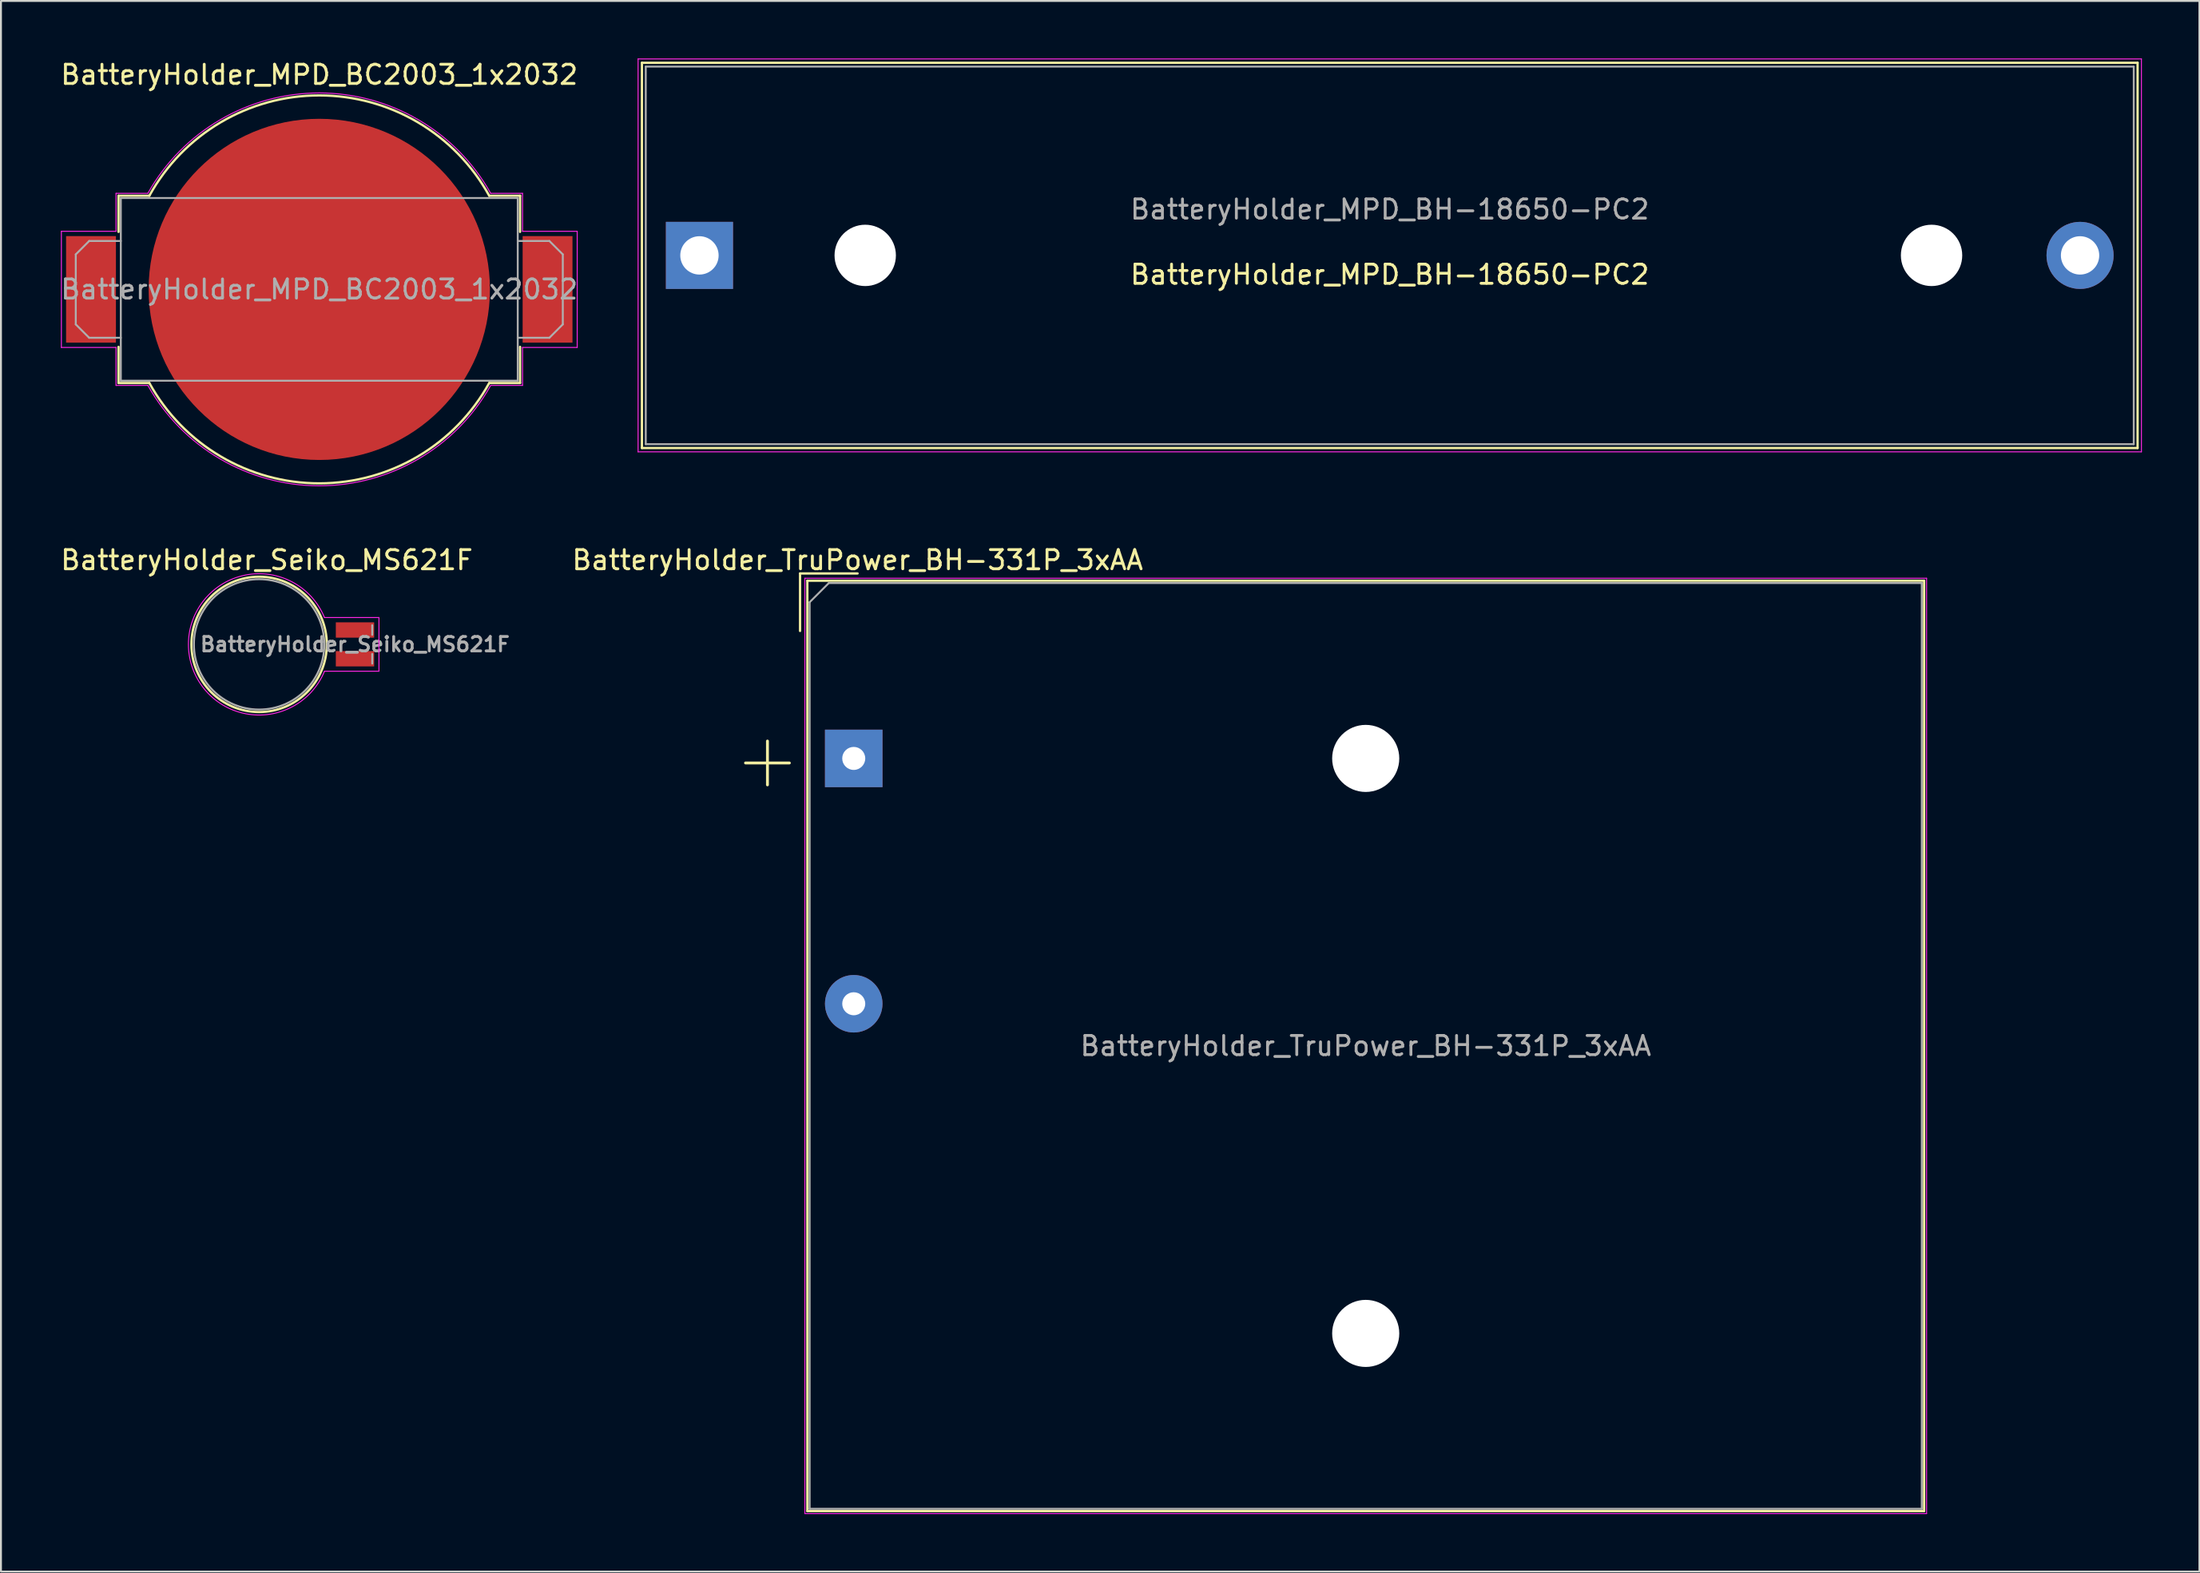
<source format=kicad_pcb>
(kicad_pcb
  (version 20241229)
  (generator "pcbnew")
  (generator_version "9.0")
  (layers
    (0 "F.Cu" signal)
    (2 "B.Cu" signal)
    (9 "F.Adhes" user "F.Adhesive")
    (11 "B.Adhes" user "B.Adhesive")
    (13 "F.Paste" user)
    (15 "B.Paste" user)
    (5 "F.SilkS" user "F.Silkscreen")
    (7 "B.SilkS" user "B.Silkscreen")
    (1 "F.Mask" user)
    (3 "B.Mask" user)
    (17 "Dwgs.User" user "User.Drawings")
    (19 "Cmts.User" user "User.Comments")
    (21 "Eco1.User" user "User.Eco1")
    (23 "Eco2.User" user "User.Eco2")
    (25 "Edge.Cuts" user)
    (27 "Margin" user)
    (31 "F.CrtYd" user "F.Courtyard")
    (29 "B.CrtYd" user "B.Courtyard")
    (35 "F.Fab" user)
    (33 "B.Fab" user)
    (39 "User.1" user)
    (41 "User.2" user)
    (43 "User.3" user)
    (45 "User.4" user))
  (footprint "BatteryHolder_Seiko_MS621F"
    (layer "F.Cu")
    (at 15.463 30.57)
    (property "Reference" "BatteryHolder_Seiko_MS621F" (at -4.6 -4.4 0) (layer "F.SilkS") (effects (font (size 1 1) (thickness 0.15))))
    (attr smd)
    (fp_circle (center -5 0) (end -1.47 0) (stroke (width 0.12) (type solid)) (fill no) (layer "F.SilkS"))
    (fp_line (start -1.59 -1.4) (end 1.25 -1.4) (stroke (width 0.05) (type solid)) (layer "F.CrtYd"))
    (fp_line (start 1.25 -1.4) (end 1.25 1.4) (stroke (width 0.05) (type solid)) (layer "F.CrtYd"))
    (fp_line (start 1.25 1.4) (end -1.59 1.4) (stroke (width 0.05) (type solid)) (layer "F.CrtYd"))
    (fp_arc (start -1.59 1.4) (mid -8.686204 0.001869) (end -1.591421 -1.403457) (stroke (width 0.05) (type solid)) (layer "F.CrtYd"))
    (fp_line (start 0.9 -1) (end 0.9 -0.5) (stroke (width 0.1) (type solid)) (layer "F.Fab"))
    (fp_line (start 0.9 0.5) (end 0.9 1) (stroke (width 0.1) (type solid)) (layer "F.Fab"))
    (fp_circle (center -5 0) (end -1.6 0) (stroke (width 0.1) (type solid)) (fill no) (layer "F.Fab"))
    (fp_text user "${REFERENCE}" (at 0 0 0) (layer "F.Fab") (effects (font (size 0.75 0.75) (thickness 0.15))))
    (pad "1" smd rect (at 0 -0.75) (size 2 0.8) (layers "F.Cu" "F.Mask" "F.Paste"))
    (pad "2" smd rect (at 0 0.75) (size 2 0.8) (layers "F.Cu" "F.Mask" "F.Paste")))
  (footprint "BatteryHolder_MPD_BH-18650-PC2"
    (layer "F.Cu")
    (at 33.427 10.275)
    (property "Reference" "BatteryHolder_MPD_BH-18650-PC2" (at 36 1 0) (layer "F.SilkS") (effects (font (size 1 1) (thickness 0.15))))
    (attr through_hole)
    (fp_line (start -3 -10.05) (end 75 -10.05) (stroke (width 0.12) (type solid)) (layer "F.SilkS"))
    (fp_line (start -3 10.05) (end -3 -10.05) (stroke (width 0.12) (type solid)) (layer "F.SilkS"))
    (fp_line (start 75 -10.05) (end 75 10.05) (stroke (width 0.12) (type solid)) (layer "F.SilkS"))
    (fp_line (start 75 10.05) (end -3 10.05) (stroke (width 0.12) (type solid)) (layer "F.SilkS"))
    (fp_line (start -3.2 -10.25) (end 75.2 -10.25) (stroke (width 0.05) (type solid)) (layer "F.CrtYd"))
    (fp_line (start -3.2 10.25) (end -3.2 -10.25) (stroke (width 0.05) (type solid)) (layer "F.CrtYd"))
    (fp_line (start 75.2 -10.25) (end 75.2 10.25) (stroke (width 0.05) (type solid)) (layer "F.CrtYd"))
    (fp_line (start 75.2 10.25) (end -3.2 10.25) (stroke (width 0.05) (type solid)) (layer "F.CrtYd"))
    (fp_line (start -2.8 -9.85) (end 74.8 -9.85) (stroke (width 0.1) (type solid)) (layer "F.Fab"))
    (fp_line (start -2.8 9.85) (end -2.8 -9.85) (stroke (width 0.1) (type solid)) (layer "F.Fab"))
    (fp_line (start 74.8 -9.85) (end 74.8 9.85) (stroke (width 0.1) (type solid)) (layer "F.Fab"))
    (fp_line (start 74.8 9.85) (end -2.8 9.85) (stroke (width 0.1) (type solid)) (layer "F.Fab"))
    (fp_text user "${REFERENCE}" (at 36 -2.4 0) (layer "F.Fab") (effects (font (size 1 1) (thickness 0.15))))
    (pad "" np_thru_hole circle (at 8.645 0) (size 3.2 3.2) (drill 3.2) (layers "*.Cu" "*.Mask"))
    (pad "" np_thru_hole circle (at 64.255 0) (size 3.2 3.2) (drill 3.2) (layers "*.Cu" "*.Mask"))
    (pad "1" thru_hole rect (at 0 0) (size 3.5 3.5) (drill 2) (layers "*.Cu" "*.Mask"))
    (pad "2" thru_hole circle (at 72 0) (size 3.5 3.5) (drill 2) (layers "*.Cu" "*.Mask")))
  (footprint "BatteryHolder_TruPower_BH-331P_3xAA"
    (layer "F.Cu")
    (at 41.473 36.52)
    (property "Reference" "BatteryHolder_TruPower_BH-331P_3xAA" (at 0.2 -10.35 0) (layer "F.SilkS") (effects (font (size 1 1) (thickness 0.15))))
    (attr through_hole)
    (fp_line (start -2.8 -9.65) (end 0.2 -9.65) (stroke (width 0.12) (type solid)) (layer "F.SilkS"))
    (fp_line (start -2.8 -6.65) (end -2.8 -9.65) (stroke (width 0.12) (type solid)) (layer "F.SilkS"))
    (fp_line (start -2.42 -9.27) (end -2.42 39.27) (stroke (width 0.12) (type solid)) (layer "F.SilkS"))
    (fp_line (start -2.42 -9.27) (end 55.82 -9.27) (stroke (width 0.12) (type solid)) (layer "F.SilkS"))
    (fp_line (start -2.42 39.27) (end 55.82 39.27) (stroke (width 0.12) (type solid)) (layer "F.SilkS"))
    (fp_line (start 55.82 -9.27) (end 55.82 39.27) (stroke (width 0.12) (type solid)) (layer "F.SilkS"))
    (fp_line (start -2.55 -9.4) (end -2.55 39.4) (stroke (width 0.05) (type solid)) (layer "F.CrtYd"))
    (fp_line (start -2.55 -9.4) (end 55.95 -9.4) (stroke (width 0.05) (type solid)) (layer "F.CrtYd"))
    (fp_line (start -2.55 39.4) (end 55.95 39.4) (stroke (width 0.05) (type solid)) (layer "F.CrtYd"))
    (fp_line (start 55.95 -9.4) (end 55.95 39.4) (stroke (width 0.05) (type solid)) (layer "F.CrtYd"))
    (fp_line (start -2.3 -8.15) (end -1.3 -9.15) (stroke (width 0.1) (type solid)) (layer "F.Fab"))
    (fp_line (start -2.3 39.15) (end -2.3 -8.15) (stroke (width 0.1) (type solid)) (layer "F.Fab"))
    (fp_line (start -1.3 -9.15) (end 55.7 -9.15) (stroke (width 0.1) (type solid)) (layer "F.Fab"))
    (fp_line (start 55.7 -9.15) (end 55.7 39.15) (stroke (width 0.1) (type solid)) (layer "F.Fab"))
    (fp_line (start 55.7 39.15) (end -2.3 39.15) (stroke (width 0.1) (type solid)) (layer "F.Fab"))
    (fp_text user "+" (at -4.5 0 0) (layer "F.SilkS") (effects (font (size 3 3) (thickness 0.15))))
    (fp_text user "${REFERENCE}" (at 26.7 15 0) (layer "F.Fab") (effects (font (size 1 1) (thickness 0.15))))
    (pad "" np_thru_hole circle (at 26.7 0) (size 3.5 3.5) (drill 3.5) (layers "*.Cu" "*.Mask"))
    (pad "" np_thru_hole circle (at 26.7 30) (size 3.5 3.5) (drill 3.5) (layers "*.Cu" "*.Mask"))
    (pad "1" thru_hole rect (at 0 0) (size 3 3) (drill 1.2) (layers "*.Cu" "*.Mask"))
    (pad "2" thru_hole circle (at 0 12.8) (size 3 3) (drill 1.2) (layers "*.Cu" "*.Mask")))
  (footprint "BatteryHolder_MPD_BC2003_1x2032"
    (layer "F.Cu")
    (at 13.601 12.048)
    (property "Reference" "BatteryHolder_MPD_BC2003_1x2032" (at 0 -11.2 0) (layer "F.SilkS") (effects (font (size 1 1) (thickness 0.15))))
    (attr smd)
    (fp_line (start -10.47 -4.885) (end -8.863 -4.885) (stroke (width 0.12) (type solid)) (layer "F.SilkS"))
    (fp_line (start -10.47 -3) (end -10.47 -4.885) (stroke (width 0.12) (type solid)) (layer "F.SilkS"))
    (fp_line (start -10.47 3) (end -10.47 4.885) (stroke (width 0.12) (type solid)) (layer "F.SilkS"))
    (fp_line (start -10.47 4.885) (end -8.863 4.885) (stroke (width 0.12) (type solid)) (layer "F.SilkS"))
    (fp_line (start 10.47 -4.885) (end 8.863 -4.885) (stroke (width 0.12) (type solid)) (layer "F.SilkS"))
    (fp_line (start 10.47 -3) (end 10.47 -4.885) (stroke (width 0.12) (type solid)) (layer "F.SilkS"))
    (fp_line (start 10.47 3) (end 10.47 4.885) (stroke (width 0.12) (type solid)) (layer "F.SilkS"))
    (fp_line (start 10.47 4.885) (end 8.863 4.885) (stroke (width 0.12) (type solid)) (layer "F.SilkS"))
    (fp_arc (start -8.86291 -4.885) (mid 0 -10.12) (end 8.86291 -4.885) (stroke (width 0.12) (type solid)) (layer "F.SilkS"))
    (fp_arc (start 8.865021 4.881168) (mid 0.002187 10.12) (end -8.86291 4.885) (stroke (width 0.12) (type solid)) (layer "F.SilkS"))
    (fp_line (start -13.45 -3.03) (end -13.45 3.03) (stroke (width 0.05) (type solid)) (layer "F.CrtYd"))
    (fp_line (start -13.45 3.03) (end -10.6 3.03) (stroke (width 0.05) (type solid)) (layer "F.CrtYd"))
    (fp_line (start -10.6 -5.01) (end -10.6 -3.03) (stroke (width 0.05) (type solid)) (layer "F.CrtYd"))
    (fp_line (start -10.6 -3.03) (end -13.45 -3.03) (stroke (width 0.05) (type solid)) (layer "F.CrtYd"))
    (fp_line (start -10.6 5.01) (end -10.6 3.03) (stroke (width 0.05) (type solid)) (layer "F.CrtYd"))
    (fp_line (start -10.6 5.01) (end -8.94 5.01) (stroke (width 0.05) (type solid)) (layer "F.CrtYd"))
    (fp_line (start -8.94 -5.01) (end -10.6 -5.01) (stroke (width 0.05) (type solid)) (layer "F.CrtYd"))
    (fp_line (start 8.94 -5.01) (end 10.6 -5.01) (stroke (width 0.05) (type solid)) (layer "F.CrtYd"))
    (fp_line (start 8.94 5.01) (end 10.6 5.01) (stroke (width 0.05) (type solid)) (layer "F.CrtYd"))
    (fp_line (start 10.6 -5.01) (end 10.6 -3.03) (stroke (width 0.05) (type solid)) (layer "F.CrtYd"))
    (fp_line (start 10.6 -3.03) (end 13.45 -3.03) (stroke (width 0.05) (type solid)) (layer "F.CrtYd"))
    (fp_line (start 10.6 3.03) (end 13.45 3.03) (stroke (width 0.05) (type solid)) (layer "F.CrtYd"))
    (fp_line (start 10.6 5.01) (end 10.6 3.03) (stroke (width 0.05) (type solid)) (layer "F.CrtYd"))
    (fp_line (start 13.45 -3.03) (end 13.45 3.03) (stroke (width 0.05) (type solid)) (layer "F.CrtYd"))
    (fp_arc (start -8.934116 -5.020486) (mid 0.006012 -10.248106) (end 8.94 -5.01) (stroke (width 0.05) (type solid)) (layer "F.CrtYd"))
    (fp_arc (start 8.92534 5.036071) (mid -0.014955 10.248096) (end -8.94 5.01) (stroke (width 0.05) (type solid)) (layer "F.CrtYd"))
    (fp_line (start -12.7 -1.825) (end -12.7 1.825) (stroke (width 0.1) (type solid)) (layer "F.Fab"))
    (fp_line (start -12.7 -1.825) (end -12 -2.525) (stroke (width 0.1) (type solid)) (layer "F.Fab"))
    (fp_line (start -12.7 1.825) (end -12 2.525) (stroke (width 0.1) (type solid)) (layer "F.Fab"))
    (fp_line (start -10.35 -4.765) (end 10.35 -4.765) (stroke (width 0.1) (type solid)) (layer "F.Fab"))
    (fp_line (start -10.35 -2.525) (end -12 -2.525) (stroke (width 0.1) (type solid)) (layer "F.Fab"))
    (fp_line (start -10.35 2.525) (end -12 2.525) (stroke (width 0.1) (type solid)) (layer "F.Fab"))
    (fp_line (start -10.35 4.765) (end -10.35 -4.765) (stroke (width 0.1) (type solid)) (layer "F.Fab"))
    (fp_line (start -10.35 4.765) (end 10.35 4.765) (stroke (width 0.1) (type solid)) (layer "F.Fab"))
    (fp_line (start 10.35 -2.525) (end 12 -2.525) (stroke (width 0.1) (type solid)) (layer "F.Fab"))
    (fp_line (start 10.35 2.525) (end 12 2.525) (stroke (width 0.1) (type solid)) (layer "F.Fab"))
    (fp_line (start 10.35 4.765) (end 10.35 -4.765) (stroke (width 0.1) (type solid)) (layer "F.Fab"))
    (fp_line (start 12.7 -1.825) (end 12 -2.525) (stroke (width 0.1) (type solid)) (layer "F.Fab"))
    (fp_line (start 12.7 -1.825) (end 12.7 1.825) (stroke (width 0.1) (type solid)) (layer "F.Fab"))
    (fp_line (start 12.7 1.825) (end 12 2.525) (stroke (width 0.1) (type solid)) (layer "F.Fab"))
    (fp_text user "${REFERENCE}" (at 0 0 0) (layer "F.Fab") (effects (font (size 1 1) (thickness 0.15))))
    (pad "1" smd rect (at -11.905 0) (size 2.6 5.56) (layers "F.Cu" "F.Mask" "F.Paste"))
    (pad "1" smd rect (at 11.905 0) (size 2.6 5.56) (layers "F.Cu" "F.Mask" "F.Paste"))
    (pad "2" smd circle (at 0 0) (size 17.8 17.8) (layers "F.Cu" "F.Mask")))
  (gr_rect
    (start -3 -3)
    (end 111.652 78.945)
    (stroke (width 0.1) (type default))
    (fill no)
    (layer "Edge.Cuts")))
</source>
